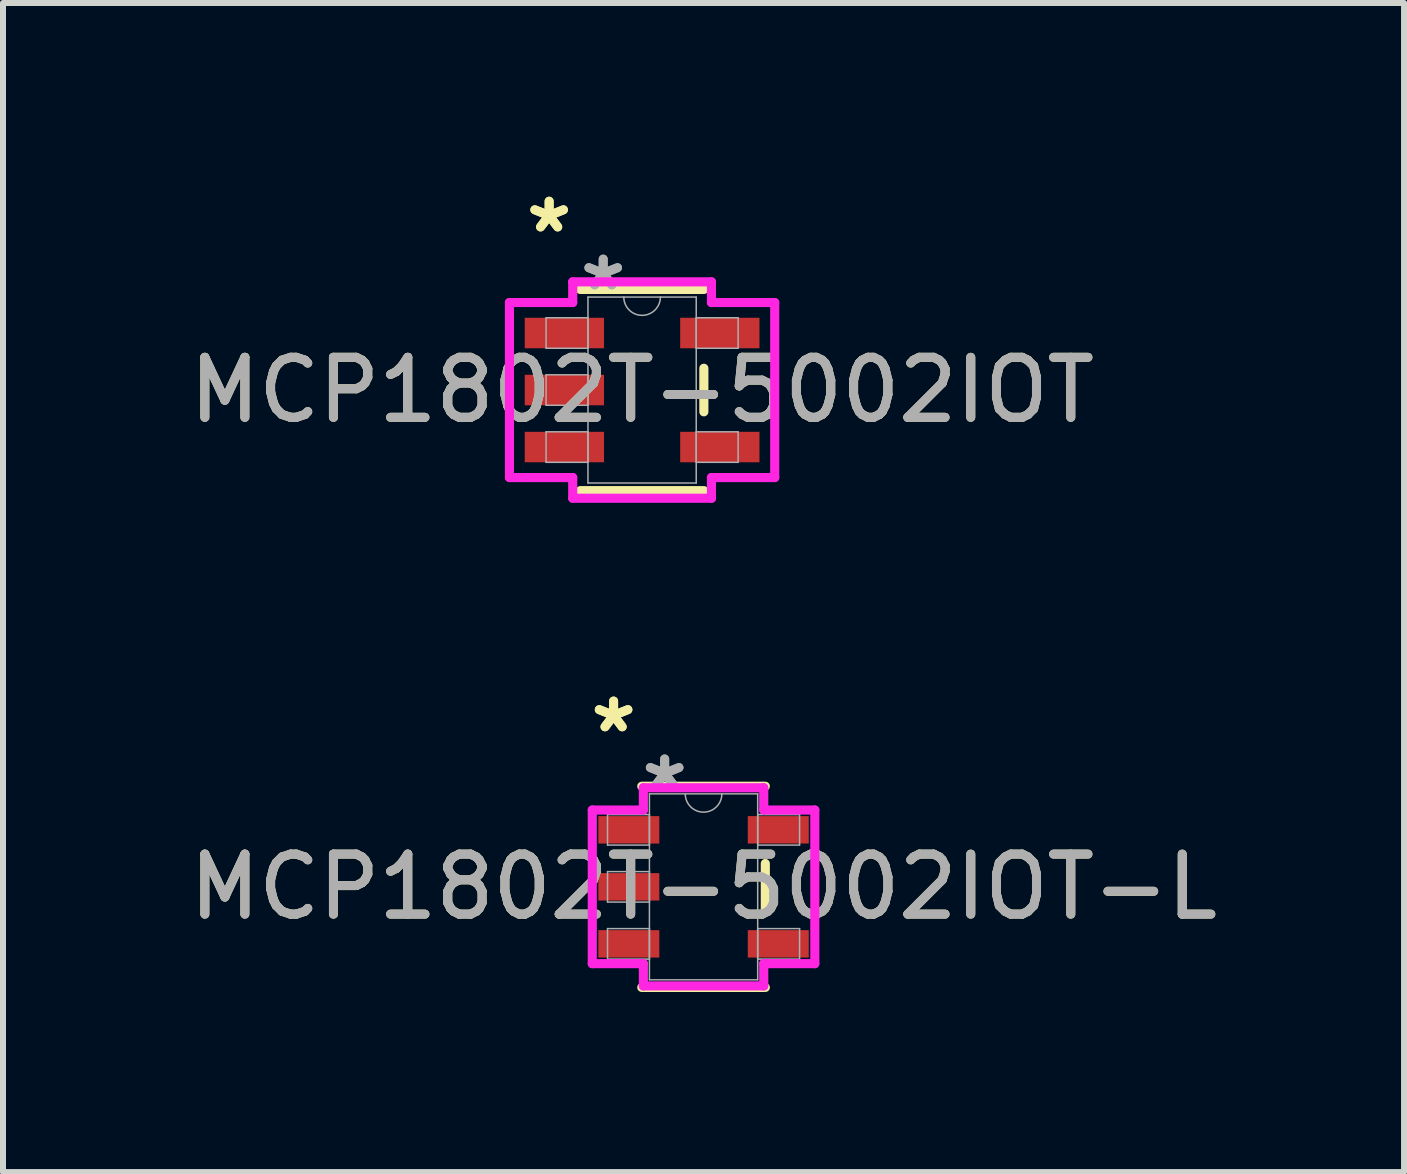
<source format=kicad_pcb>
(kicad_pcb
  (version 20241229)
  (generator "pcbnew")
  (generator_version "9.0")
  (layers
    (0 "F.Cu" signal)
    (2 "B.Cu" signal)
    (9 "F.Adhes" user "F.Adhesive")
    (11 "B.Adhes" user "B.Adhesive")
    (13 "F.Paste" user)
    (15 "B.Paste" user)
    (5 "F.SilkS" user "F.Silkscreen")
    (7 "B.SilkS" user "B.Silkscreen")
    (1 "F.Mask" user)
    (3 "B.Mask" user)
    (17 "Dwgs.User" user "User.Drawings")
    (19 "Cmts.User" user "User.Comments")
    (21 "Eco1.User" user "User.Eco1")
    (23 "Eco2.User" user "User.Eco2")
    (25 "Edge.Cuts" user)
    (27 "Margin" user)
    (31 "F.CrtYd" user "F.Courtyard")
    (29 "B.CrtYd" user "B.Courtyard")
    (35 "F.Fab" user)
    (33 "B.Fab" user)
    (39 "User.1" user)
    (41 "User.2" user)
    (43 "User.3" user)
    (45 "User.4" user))
  (footprint "MCP1802T-5002IOT-L"
    (layer "F.Cu")
    (at 8.673 11.727)
    (property "Reference" "MCP1802T-5002IOT-L" (at 0 0 0) (unlocked yes) (layer "F.SilkS") (effects (font (size 1 1) (thickness 0.15))))
    (attr smd)
    (fp_line (start -1.029 1.676) (end 1.029 1.676) (stroke (width 0.152) (type solid)) (layer "F.SilkS"))
    (fp_line (start 1.029 -1.676) (end -1.029 -1.676) (stroke (width 0.152) (type solid)) (layer "F.SilkS"))
    (fp_line (start 1.029 0.389) (end 1.029 -0.389) (stroke (width 0.152) (type solid)) (layer "F.SilkS"))
    (fp_line (start -1.854 -1.28) (end -1.003 -1.28) (stroke (width 0.152) (type solid)) (layer "F.CrtYd"))
    (fp_line (start -1.854 1.28) (end -1.854 -1.28) (stroke (width 0.152) (type solid)) (layer "F.CrtYd"))
    (fp_line (start -1.003 -1.651) (end 1.003 -1.651) (stroke (width 0.152) (type solid)) (layer "F.CrtYd"))
    (fp_line (start -1.003 -1.28) (end -1.003 -1.651) (stroke (width 0.152) (type solid)) (layer "F.CrtYd"))
    (fp_line (start -1.003 1.28) (end -1.854 1.28) (stroke (width 0.152) (type solid)) (layer "F.CrtYd"))
    (fp_line (start -1.003 1.651) (end -1.003 1.28) (stroke (width 0.152) (type solid)) (layer "F.CrtYd"))
    (fp_line (start 1.003 -1.651) (end 1.003 -1.28) (stroke (width 0.152) (type solid)) (layer "F.CrtYd"))
    (fp_line (start 1.003 -1.28) (end 1.854 -1.28) (stroke (width 0.152) (type solid)) (layer "F.CrtYd"))
    (fp_line (start 1.003 1.28) (end 1.003 1.651) (stroke (width 0.152) (type solid)) (layer "F.CrtYd"))
    (fp_line (start 1.003 1.651) (end -1.003 1.651) (stroke (width 0.152) (type solid)) (layer "F.CrtYd"))
    (fp_line (start 1.854 -1.28) (end 1.854 1.28) (stroke (width 0.152) (type solid)) (layer "F.CrtYd"))
    (fp_line (start 1.854 1.28) (end 1.003 1.28) (stroke (width 0.152) (type solid)) (layer "F.CrtYd"))
    (fp_line (start -1.6 -1.204) (end -1.6 -0.696) (stroke (width 0.025) (type solid)) (layer "F.Fab"))
    (fp_line (start -1.6 -0.696) (end -0.902 -0.696) (stroke (width 0.025) (type solid)) (layer "F.Fab"))
    (fp_line (start -1.6 -0.254) (end -1.6 0.254) (stroke (width 0.025) (type solid)) (layer "F.Fab"))
    (fp_line (start -1.6 0.254) (end -0.902 0.254) (stroke (width 0.025) (type solid)) (layer "F.Fab"))
    (fp_line (start -1.6 0.696) (end -1.6 1.204) (stroke (width 0.025) (type solid)) (layer "F.Fab"))
    (fp_line (start -1.6 1.204) (end -0.902 1.204) (stroke (width 0.025) (type solid)) (layer "F.Fab"))
    (fp_line (start -0.902 -1.549) (end -0.902 1.549) (stroke (width 0.025) (type solid)) (layer "F.Fab"))
    (fp_line (start -0.902 -1.204) (end -1.6 -1.204) (stroke (width 0.025) (type solid)) (layer "F.Fab"))
    (fp_line (start -0.902 -0.696) (end -0.902 -1.204) (stroke (width 0.025) (type solid)) (layer "F.Fab"))
    (fp_line (start -0.902 -0.254) (end -1.6 -0.254) (stroke (width 0.025) (type solid)) (layer "F.Fab"))
    (fp_line (start -0.902 0.254) (end -0.902 -0.254) (stroke (width 0.025) (type solid)) (layer "F.Fab"))
    (fp_line (start -0.902 0.696) (end -1.6 0.696) (stroke (width 0.025) (type solid)) (layer "F.Fab"))
    (fp_line (start -0.902 1.204) (end -0.902 0.696) (stroke (width 0.025) (type solid)) (layer "F.Fab"))
    (fp_line (start -0.902 1.549) (end 0.902 1.549) (stroke (width 0.025) (type solid)) (layer "F.Fab"))
    (fp_line (start 0.902 -1.549) (end -0.902 -1.549) (stroke (width 0.025) (type solid)) (layer "F.Fab"))
    (fp_line (start 0.902 -1.204) (end 0.902 -0.696) (stroke (width 0.025) (type solid)) (layer "F.Fab"))
    (fp_line (start 0.902 -0.696) (end 1.6 -0.696) (stroke (width 0.025) (type solid)) (layer "F.Fab"))
    (fp_line (start 0.902 0.696) (end 0.902 1.204) (stroke (width 0.025) (type solid)) (layer "F.Fab"))
    (fp_line (start 0.902 1.204) (end 1.6 1.204) (stroke (width 0.025) (type solid)) (layer "F.Fab"))
    (fp_line (start 0.902 1.549) (end 0.902 -1.549) (stroke (width 0.025) (type solid)) (layer "F.Fab"))
    (fp_line (start 1.6 -1.204) (end 0.902 -1.204) (stroke (width 0.025) (type solid)) (layer "F.Fab"))
    (fp_line (start 1.6 -0.696) (end 1.6 -1.204) (stroke (width 0.025) (type solid)) (layer "F.Fab"))
    (fp_line (start 1.6 0.696) (end 0.902 0.696) (stroke (width 0.025) (type solid)) (layer "F.Fab"))
    (fp_line (start 1.6 1.204) (end 1.6 0.696) (stroke (width 0.025) (type solid)) (layer "F.Fab"))
    (fp_arc (start 0.3048 -1.5494) (mid 0 -1.2446) (end -0.3048 -1.5494) (stroke (width 0.0254) (type solid)) (layer "F.Fab"))
    (fp_text user "*" (at -1.499 -2.55 0) (layer "F.SilkS") (effects (font (size 1 1) (thickness 0.15))))
    (fp_text user "*" (at -1.499 -2.55 0) (unlocked yes) (layer "F.SilkS") (effects (font (size 1 1) (thickness 0.15))))
    (fp_text user "*" (at -0.648 -1.585 0) (layer "F.Fab") (effects (font (size 1 1) (thickness 0.15))))
    (fp_text user "${REFERENCE}" (at 0 0 0) (unlocked yes) (layer "F.Fab") (effects (font (size 1 1) (thickness 0.15))))
    (fp_text user "*" (at -0.648 -1.585 0) (unlocked yes) (layer "F.Fab") (effects (font (size 1 1) (thickness 0.15))))
    (pad "1" smd rect (at -1.245 -0.95) (size 1.016 0.457) (layers "F.Cu" "F.Mask" "F.Paste"))
    (pad "2" smd rect (at -1.245 0) (size 1.016 0.457) (layers "F.Cu" "F.Mask" "F.Paste"))
    (pad "3" smd rect (at -1.245 0.95) (size 1.016 0.457) (layers "F.Cu" "F.Mask" "F.Paste"))
    (pad "4" smd rect (at 1.245 0.95) (size 1.016 0.457) (layers "F.Cu" "F.Mask" "F.Paste"))
    (pad "5" smd rect (at 1.245 -0.95) (size 1.016 0.457) (layers "F.Cu" "F.Mask" "F.Paste")))
  (footprint "MCP1802T-5002IOT"
    (layer "F.Cu")
    (at 7.649 3.449)
    (property "Reference" "MCP1802T-5002IOT" (at 0 0 0) (unlocked yes) (layer "F.SilkS") (effects (font (size 1 1) (thickness 0.15))))
    (attr smd)
    (fp_line (start -1.029 1.676) (end 1.029 1.676) (stroke (width 0.152) (type solid)) (layer "F.SilkS"))
    (fp_line (start 1.029 -1.676) (end -1.029 -1.676) (stroke (width 0.152) (type solid)) (layer "F.SilkS"))
    (fp_line (start 1.029 0.363) (end 1.029 -0.363) (stroke (width 0.152) (type solid)) (layer "F.SilkS"))
    (fp_line (start -2.21 -1.458) (end -1.156 -1.458) (stroke (width 0.152) (type solid)) (layer "F.CrtYd"))
    (fp_line (start -2.21 1.458) (end -2.21 -1.458) (stroke (width 0.152) (type solid)) (layer "F.CrtYd"))
    (fp_line (start -1.156 -1.803) (end 1.156 -1.803) (stroke (width 0.152) (type solid)) (layer "F.CrtYd"))
    (fp_line (start -1.156 -1.458) (end -1.156 -1.803) (stroke (width 0.152) (type solid)) (layer "F.CrtYd"))
    (fp_line (start -1.156 1.458) (end -2.21 1.458) (stroke (width 0.152) (type solid)) (layer "F.CrtYd"))
    (fp_line (start -1.156 1.803) (end -1.156 1.458) (stroke (width 0.152) (type solid)) (layer "F.CrtYd"))
    (fp_line (start 1.156 -1.803) (end 1.156 -1.458) (stroke (width 0.152) (type solid)) (layer "F.CrtYd"))
    (fp_line (start 1.156 -1.458) (end 2.21 -1.458) (stroke (width 0.152) (type solid)) (layer "F.CrtYd"))
    (fp_line (start 1.156 1.458) (end 1.156 1.803) (stroke (width 0.152) (type solid)) (layer "F.CrtYd"))
    (fp_line (start 1.156 1.803) (end -1.156 1.803) (stroke (width 0.152) (type solid)) (layer "F.CrtYd"))
    (fp_line (start 2.21 -1.458) (end 2.21 1.458) (stroke (width 0.152) (type solid)) (layer "F.CrtYd"))
    (fp_line (start 2.21 1.458) (end 1.156 1.458) (stroke (width 0.152) (type solid)) (layer "F.CrtYd"))
    (fp_line (start -1.6 -1.204) (end -1.6 -0.696) (stroke (width 0.025) (type solid)) (layer "F.Fab"))
    (fp_line (start -1.6 -0.696) (end -0.902 -0.696) (stroke (width 0.025) (type solid)) (layer "F.Fab"))
    (fp_line (start -1.6 -0.254) (end -1.6 0.254) (stroke (width 0.025) (type solid)) (layer "F.Fab"))
    (fp_line (start -1.6 0.254) (end -0.902 0.254) (stroke (width 0.025) (type solid)) (layer "F.Fab"))
    (fp_line (start -1.6 0.696) (end -1.6 1.204) (stroke (width 0.025) (type solid)) (layer "F.Fab"))
    (fp_line (start -1.6 1.204) (end -0.902 1.204) (stroke (width 0.025) (type solid)) (layer "F.Fab"))
    (fp_line (start -0.902 -1.549) (end -0.902 1.549) (stroke (width 0.025) (type solid)) (layer "F.Fab"))
    (fp_line (start -0.902 -1.204) (end -1.6 -1.204) (stroke (width 0.025) (type solid)) (layer "F.Fab"))
    (fp_line (start -0.902 -0.696) (end -0.902 -1.204) (stroke (width 0.025) (type solid)) (layer "F.Fab"))
    (fp_line (start -0.902 -0.254) (end -1.6 -0.254) (stroke (width 0.025) (type solid)) (layer "F.Fab"))
    (fp_line (start -0.902 0.254) (end -0.902 -0.254) (stroke (width 0.025) (type solid)) (layer "F.Fab"))
    (fp_line (start -0.902 0.696) (end -1.6 0.696) (stroke (width 0.025) (type solid)) (layer "F.Fab"))
    (fp_line (start -0.902 1.204) (end -0.902 0.696) (stroke (width 0.025) (type solid)) (layer "F.Fab"))
    (fp_line (start -0.902 1.549) (end 0.902 1.549) (stroke (width 0.025) (type solid)) (layer "F.Fab"))
    (fp_line (start 0.902 -1.549) (end -0.902 -1.549) (stroke (width 0.025) (type solid)) (layer "F.Fab"))
    (fp_line (start 0.902 -1.204) (end 0.902 -0.696) (stroke (width 0.025) (type solid)) (layer "F.Fab"))
    (fp_line (start 0.902 -0.696) (end 1.6 -0.696) (stroke (width 0.025) (type solid)) (layer "F.Fab"))
    (fp_line (start 0.902 0.696) (end 0.902 1.204) (stroke (width 0.025) (type solid)) (layer "F.Fab"))
    (fp_line (start 0.902 1.204) (end 1.6 1.204) (stroke (width 0.025) (type solid)) (layer "F.Fab"))
    (fp_line (start 0.902 1.549) (end 0.902 -1.549) (stroke (width 0.025) (type solid)) (layer "F.Fab"))
    (fp_line (start 1.6 -1.204) (end 0.902 -1.204) (stroke (width 0.025) (type solid)) (layer "F.Fab"))
    (fp_line (start 1.6 -0.696) (end 1.6 -1.204) (stroke (width 0.025) (type solid)) (layer "F.Fab"))
    (fp_line (start 1.6 0.696) (end 0.902 0.696) (stroke (width 0.025) (type solid)) (layer "F.Fab"))
    (fp_line (start 1.6 1.204) (end 1.6 0.696) (stroke (width 0.025) (type solid)) (layer "F.Fab"))
    (fp_arc (start 0.3048 -1.5494) (mid 0 -1.2446) (end -0.3048 -1.5494) (stroke (width 0.0254) (type solid)) (layer "F.Fab"))
    (fp_text user "*" (at -1.549 -2.601 0) (unlocked yes) (layer "F.SilkS") (effects (font (size 1 1) (thickness 0.15))))
    (fp_text user "*" (at -1.549 -2.601 0) (layer "F.SilkS") (effects (font (size 1 1) (thickness 0.15))))
    (fp_text user "*" (at -0.648 -1.636 0) (layer "F.Fab") (effects (font (size 1 1) (thickness 0.15))))
    (fp_text user "*" (at -0.648 -1.636 0) (unlocked yes) (layer "F.Fab") (effects (font (size 1 1) (thickness 0.15))))
    (fp_text user "${REFERENCE}" (at 0 0 0) (unlocked yes) (layer "F.Fab") (effects (font (size 1 1) (thickness 0.15))))
    (pad "1" smd rect (at -1.295 -0.95) (size 1.321 0.508) (layers "F.Cu" "F.Mask" "F.Paste"))
    (pad "2" smd rect (at -1.295 0) (size 1.321 0.508) (layers "F.Cu" "F.Mask" "F.Paste"))
    (pad "3" smd rect (at -1.295 0.95) (size 1.321 0.508) (layers "F.Cu" "F.Mask" "F.Paste"))
    (pad "4" smd rect (at 1.295 0.95) (size 1.321 0.508) (layers "F.Cu" "F.Mask" "F.Paste"))
    (pad "5" smd rect (at 1.295 -0.95) (size 1.321 0.508) (layers "F.Cu" "F.Mask" "F.Paste")))
  (gr_rect
    (start -3 -3)
    (end 20.345 16.48)
    (stroke (width 0.1) (type default))
    (fill no)
    (layer "Edge.Cuts")))
</source>
